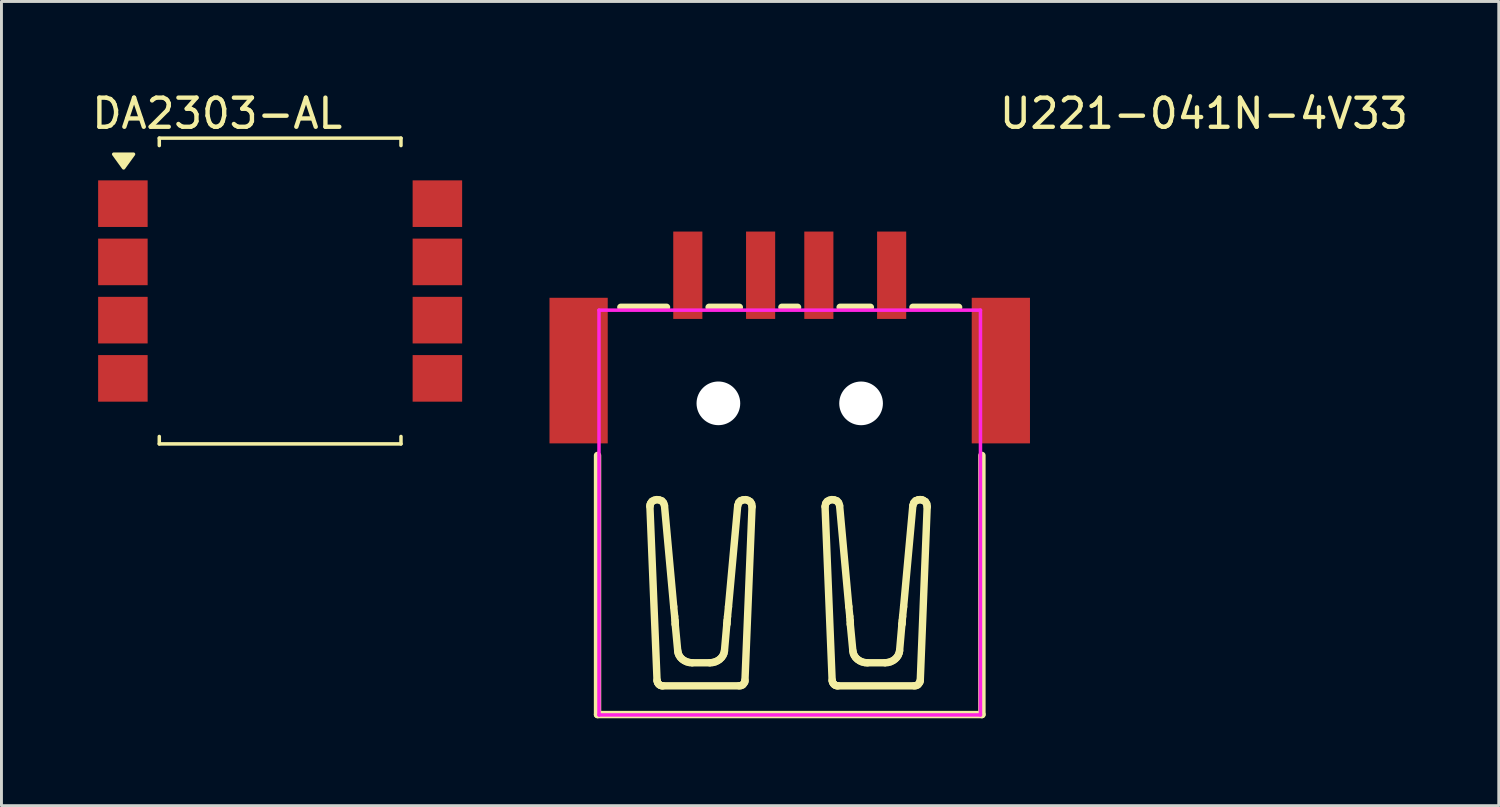
<source format=kicad_pcb>
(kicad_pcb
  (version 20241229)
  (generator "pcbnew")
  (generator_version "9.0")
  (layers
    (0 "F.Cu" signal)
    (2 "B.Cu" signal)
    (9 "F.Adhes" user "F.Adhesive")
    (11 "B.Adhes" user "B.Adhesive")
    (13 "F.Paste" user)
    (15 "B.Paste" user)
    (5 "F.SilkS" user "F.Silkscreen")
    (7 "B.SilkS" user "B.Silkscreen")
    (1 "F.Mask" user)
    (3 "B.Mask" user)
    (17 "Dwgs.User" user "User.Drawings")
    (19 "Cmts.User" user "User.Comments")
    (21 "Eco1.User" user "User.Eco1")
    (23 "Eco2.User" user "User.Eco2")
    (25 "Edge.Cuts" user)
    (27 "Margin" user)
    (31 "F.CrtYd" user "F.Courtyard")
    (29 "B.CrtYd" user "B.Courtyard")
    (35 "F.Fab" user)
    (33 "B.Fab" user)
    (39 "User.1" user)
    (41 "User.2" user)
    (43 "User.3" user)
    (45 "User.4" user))
  (footprint "DA2303-AL"
    (layer "F.Cu")
    (at 6.57 6.944)
    (property "Reference" "DA2303-AL" (at -2.159 -6.096 0) (layer "F.SilkS") (effects (font (size 1 1) (thickness 0.15))))
    (attr smd)
    (fp_line (start -4.15 -5.25) (end -4.15 -4.995) (stroke (width 0.12) (type solid)) (layer "F.SilkS"))
    (fp_line (start -4.15 -5.25) (end 4.15 -5.25) (stroke (width 0.12) (type default)) (layer "F.SilkS"))
    (fp_line (start -4.15 5.25) (end -4.15 4.995) (stroke (width 0.12) (type solid)) (layer "F.SilkS"))
    (fp_line (start -4.15 5.25) (end 4.15 5.25) (stroke (width 0.12) (type default)) (layer "F.SilkS"))
    (fp_line (start 4.15 -5.25) (end 4.15 -4.995) (stroke (width 0.12) (type solid)) (layer "F.SilkS"))
    (fp_line (start 4.15 5.25) (end 4.15 4.995) (stroke (width 0.12) (type solid)) (layer "F.SilkS"))
    (fp_poly (pts (xy -5.375 -4.229) (xy -5.715 -4.699) (xy -5.035 -4.699) (xy -5.375 -4.229)) (stroke (width 0.12) (type solid)) (fill yes) (layer "F.SilkS"))
    (pad "1" smd rect (at -5.4 -3 270) (size 1.6 1.7) (layers "F.Cu" "F.Mask" "F.Paste"))
    (pad "2" smd rect (at -5.4 -1 270) (size 1.6 1.7) (layers "F.Cu" "F.Mask" "F.Paste"))
    (pad "3" smd rect (at -5.4 1 270) (size 1.6 1.7) (layers "F.Cu" "F.Mask" "F.Paste"))
    (pad "4" smd rect (at -5.4 3 270) (size 1.6 1.7) (layers "F.Cu" "F.Mask" "F.Paste"))
    (pad "5" smd rect (at 5.4 3 270) (size 1.6 1.7) (layers "F.Cu" "F.Mask" "F.Paste"))
    (pad "6" smd rect (at 5.4 1 270) (size 1.6 1.7) (layers "F.Cu" "F.Mask" "F.Paste"))
    (pad "7" smd rect (at 5.4 -1 270) (size 1.6 1.7) (layers "F.Cu" "F.Mask" "F.Paste"))
    (pad "8" smd rect (at 5.4 -3 270) (size 1.6 1.7) (layers "F.Cu" "F.Mask" "F.Paste")))
  (footprint "U221-041N-4V33"
    (layer "F.Cu")
    (at 24.07 8.039)
    (property "Reference" "U221-041N-4V33" (at 14.224 -7.191 0) (unlocked yes) (layer "F.SilkS") (effects (font (size 1 1) (thickness 0.15))))
    (attr smd)
    (fp_line (start -6.6 4.55) (end -6.6 13.45) (stroke (width 0.254) (type solid)) (layer "F.SilkS"))
    (fp_line (start -6.6 13.45) (end 6.6 13.45) (stroke (width 0.254) (type solid)) (layer "F.SilkS"))
    (fp_line (start -4.801 6.31) (end -4.557 12.271) (stroke (width 0.254) (type solid)) (layer "F.SilkS"))
    (fp_line (start -4.795 6.247) (end -4.801 6.3) (stroke (width 0.254) (type solid)) (layer "F.SilkS"))
    (fp_line (start -4.78 6.2) (end -4.795 6.247) (stroke (width 0.254) (type solid)) (layer "F.SilkS"))
    (fp_line (start -4.731 6.124) (end -4.78 6.2) (stroke (width 0.254) (type solid)) (layer "F.SilkS"))
    (fp_line (start -4.654 6.089) (end -4.731 6.142) (stroke (width 0.254) (type solid)) (layer "F.SilkS"))
    (fp_line (start -4.564 6.068) (end -4.654 6.089) (stroke (width 0.254) (type solid)) (layer "F.SilkS"))
    (fp_line (start -4.557 12.271) (end -4.549 12.315) (stroke (width 0.254) (type solid)) (layer "F.SilkS"))
    (fp_line (start -4.549 12.315) (end -4.535 12.353) (stroke (width 0.254) (type solid)) (layer "F.SilkS"))
    (fp_line (start -4.535 12.353) (end -4.514 12.387) (stroke (width 0.254) (type solid)) (layer "F.SilkS"))
    (fp_line (start -4.514 12.387) (end -4.49 12.414) (stroke (width 0.254) (type solid)) (layer "F.SilkS"))
    (fp_line (start -4.49 12.414) (end -4.462 12.436) (stroke (width 0.254) (type solid)) (layer "F.SilkS"))
    (fp_line (start -4.473 6.08) (end -4.564 6.068) (stroke (width 0.254) (type solid)) (layer "F.SilkS"))
    (fp_line (start -4.462 12.436) (end -4.429 12.451) (stroke (width 0.254) (type solid)) (layer "F.SilkS"))
    (fp_line (start -4.429 12.451) (end -4.393 12.46) (stroke (width 0.254) (type solid)) (layer "F.SilkS"))
    (fp_line (start -4.393 12.46) (end -4.357 12.462) (stroke (width 0.254) (type solid)) (layer "F.SilkS"))
    (fp_line (start -4.39 6.126) (end -4.473 6.08) (stroke (width 0.254) (type solid)) (layer "F.SilkS"))
    (fp_line (start -4.353 12.462) (end -1.735 12.462) (stroke (width 0.254) (type solid)) (layer "F.SilkS"))
    (fp_line (start -4.332 6.181) (end -4.39 6.107) (stroke (width 0.254) (type solid)) (layer "F.SilkS"))
    (fp_line (start -4.301 6.277) (end -4.332 6.181) (stroke (width 0.254) (type solid)) (layer "F.SilkS"))
    (fp_line (start -4.231 -0.537) (end -5.8 -0.537) (stroke (width 0.254) (type solid)) (layer "F.SilkS"))
    (fp_line (start -3.985 9.744) (end -4.301 6.277) (stroke (width 0.254) (type solid)) (layer "F.SilkS"))
    (fp_line (start -3.985 9.744) (end -3.952 10.08) (stroke (width 0.254) (type solid)) (layer "F.SilkS"))
    (fp_line (start -3.952 10.08) (end -3.939 10.218) (stroke (width 0.254) (type solid)) (layer "F.SilkS"))
    (fp_line (start -3.932 10.31) (end -3.939 10.218) (stroke (width 0.254) (type solid)) (layer "F.SilkS"))
    (fp_line (start -3.932 10.356) (end -3.932 10.31) (stroke (width 0.254) (type solid)) (layer "F.SilkS"))
    (fp_line (start -3.847 11.257) (end -3.932 10.356) (stroke (width 0.254) (type solid)) (layer "F.SilkS"))
    (fp_line (start -3.847 11.257) (end -3.832 11.338) (stroke (width 0.254) (type solid)) (layer "F.SilkS"))
    (fp_line (start -3.832 11.338) (end -3.8 11.417) (stroke (width 0.254) (type solid)) (layer "F.SilkS"))
    (fp_line (start -3.8 11.417) (end -3.754 11.486) (stroke (width 0.254) (type solid)) (layer "F.SilkS"))
    (fp_line (start -3.754 11.486) (end -3.695 11.546) (stroke (width 0.254) (type solid)) (layer "F.SilkS"))
    (fp_line (start -3.695 11.546) (end -3.62 11.598) (stroke (width 0.254) (type solid)) (layer "F.SilkS"))
    (fp_line (start -3.62 11.598) (end -3.537 11.637) (stroke (width 0.254) (type solid)) (layer "F.SilkS"))
    (fp_line (start -3.537 11.637) (end -3.447 11.662) (stroke (width 0.254) (type solid)) (layer "F.SilkS"))
    (fp_line (start -3.447 11.662) (end -3.354 11.672) (stroke (width 0.254) (type solid)) (layer "F.SilkS"))
    (fp_line (start -2.741 11.672) (end -3.347 11.672) (stroke (width 0.254) (type solid)) (layer "F.SilkS"))
    (fp_line (start -2.741 11.672) (end -2.648 11.662) (stroke (width 0.254) (type solid)) (layer "F.SilkS"))
    (fp_line (start -2.648 11.662) (end -2.558 11.638) (stroke (width 0.254) (type solid)) (layer "F.SilkS"))
    (fp_line (start -2.558 11.638) (end -2.475 11.6) (stroke (width 0.254) (type solid)) (layer "F.SilkS"))
    (fp_line (start -2.475 11.6) (end -2.406 11.553) (stroke (width 0.254) (type solid)) (layer "F.SilkS"))
    (fp_line (start -2.406 11.553) (end -2.341 11.49) (stroke (width 0.254) (type solid)) (layer "F.SilkS"))
    (fp_line (start -2.341 11.49) (end -2.294 11.422) (stroke (width 0.254) (type solid)) (layer "F.SilkS"))
    (fp_line (start -2.294 11.422) (end -2.262 11.351) (stroke (width 0.254) (type solid)) (layer "F.SilkS"))
    (fp_line (start -2.262 11.351) (end -2.242 11.265) (stroke (width 0.254) (type solid)) (layer "F.SilkS"))
    (fp_line (start -2.162 10.356) (end -2.241 11.257) (stroke (width 0.254) (type solid)) (layer "F.SilkS"))
    (fp_line (start -2.162 10.356) (end -2.156 10.31) (stroke (width 0.254) (type solid)) (layer "F.SilkS"))
    (fp_line (start -2.156 10.31) (end -2.149 10.218) (stroke (width 0.254) (type solid)) (layer "F.SilkS"))
    (fp_line (start -2.136 10.08) (end -2.149 10.218) (stroke (width 0.254) (type solid)) (layer "F.SilkS"))
    (fp_line (start -2.103 9.744) (end -2.136 10.08) (stroke (width 0.254) (type solid)) (layer "F.SilkS"))
    (fp_line (start -2.103 9.744) (end -1.787 6.277) (stroke (width 0.254) (type solid)) (layer "F.SilkS"))
    (fp_line (start -1.749 6.168) (end -1.785 6.267) (stroke (width 0.254) (type solid)) (layer "F.SilkS"))
    (fp_line (start -1.735 12.462) (end -1.675 12.455) (stroke (width 0.254) (type solid)) (layer "F.SilkS"))
    (fp_line (start -1.731 -0.537) (end -2.769 -0.537) (stroke (width 0.254) (type solid)) (layer "F.SilkS"))
    (fp_line (start -1.689 6.099) (end -1.749 6.168) (stroke (width 0.254) (type solid)) (layer "F.SilkS"))
    (fp_line (start -1.675 12.455) (end -1.616 12.429) (stroke (width 0.254) (type solid)) (layer "F.SilkS"))
    (fp_line (start -1.616 12.429) (end -1.577 12.382) (stroke (width 0.254) (type solid)) (layer "F.SilkS"))
    (fp_line (start -1.606 6.077) (end -1.689 6.118) (stroke (width 0.254) (type solid)) (layer "F.SilkS"))
    (fp_line (start -1.577 12.382) (end -1.544 12.33) (stroke (width 0.254) (type solid)) (layer "F.SilkS"))
    (fp_line (start -1.544 12.33) (end -1.537 12.271) (stroke (width 0.254) (type solid)) (layer "F.SilkS"))
    (fp_line (start -1.537 12.271) (end -1.294 6.31) (stroke (width 0.254) (type solid)) (layer "F.SilkS"))
    (fp_line (start -1.515 6.069) (end -1.606 6.077) (stroke (width 0.254) (type solid)) (layer "F.SilkS"))
    (fp_line (start -1.428 6.094) (end -1.515 6.069) (stroke (width 0.254) (type solid)) (layer "F.SilkS"))
    (fp_line (start -1.355 6.151) (end -1.428 6.094) (stroke (width 0.254) (type solid)) (layer "F.SilkS"))
    (fp_line (start -1.309 6.213) (end -1.355 6.133) (stroke (width 0.254) (type solid)) (layer "F.SilkS"))
    (fp_line (start -1.294 6.31) (end -1.309 6.213) (stroke (width 0.254) (type solid)) (layer "F.SilkS"))
    (fp_line (start 0.269 -0.537) (end -0.269 -0.537) (stroke (width 0.254) (type solid)) (layer "F.SilkS"))
    (fp_line (start 1.234 6.204) (end 1.213 6.3) (stroke (width 0.254) (type solid)) (layer "F.SilkS"))
    (fp_line (start 1.283 6.126) (end 1.234 6.204) (stroke (width 0.254) (type solid)) (layer "F.SilkS"))
    (fp_line (start 1.359 6.09) (end 1.283 6.144) (stroke (width 0.254) (type solid)) (layer "F.SilkS"))
    (fp_line (start 1.447 6.068) (end 1.359 6.09) (stroke (width 0.254) (type solid)) (layer "F.SilkS"))
    (fp_line (start 1.456 12.271) (end 1.213 6.31) (stroke (width 0.254) (type solid)) (layer "F.SilkS"))
    (fp_line (start 1.456 12.271) (end 1.464 12.312) (stroke (width 0.254) (type solid)) (layer "F.SilkS"))
    (fp_line (start 1.464 12.312) (end 1.478 12.35) (stroke (width 0.254) (type solid)) (layer "F.SilkS"))
    (fp_line (start 1.478 12.35) (end 1.498 12.384) (stroke (width 0.254) (type solid)) (layer "F.SilkS"))
    (fp_line (start 1.498 12.384) (end 1.524 12.414) (stroke (width 0.254) (type solid)) (layer "F.SilkS"))
    (fp_line (start 1.524 12.414) (end 1.552 12.436) (stroke (width 0.254) (type solid)) (layer "F.SilkS"))
    (fp_line (start 1.538 6.079) (end 1.447 6.068) (stroke (width 0.254) (type solid)) (layer "F.SilkS"))
    (fp_line (start 1.552 12.436) (end 1.585 12.451) (stroke (width 0.254) (type solid)) (layer "F.SilkS"))
    (fp_line (start 1.585 12.451) (end 1.621 12.46) (stroke (width 0.254) (type solid)) (layer "F.SilkS"))
    (fp_line (start 1.62 6.123) (end 1.538 6.079) (stroke (width 0.254) (type solid)) (layer "F.SilkS"))
    (fp_line (start 1.621 12.46) (end 1.657 12.462) (stroke (width 0.254) (type solid)) (layer "F.SilkS"))
    (fp_line (start 1.679 6.176) (end 1.62 6.105) (stroke (width 0.254) (type solid)) (layer "F.SilkS"))
    (fp_line (start 1.713 6.277) (end 1.679 6.176) (stroke (width 0.254) (type solid)) (layer "F.SilkS"))
    (fp_line (start 2.029 9.744) (end 1.713 6.277) (stroke (width 0.254) (type solid)) (layer "F.SilkS"))
    (fp_line (start 2.029 9.744) (end 2.062 10.08) (stroke (width 0.254) (type solid)) (layer "F.SilkS"))
    (fp_line (start 2.062 10.08) (end 2.075 10.218) (stroke (width 0.254) (type solid)) (layer "F.SilkS"))
    (fp_line (start 2.081 10.31) (end 2.075 10.218) (stroke (width 0.254) (type solid)) (layer "F.SilkS"))
    (fp_line (start 2.081 10.356) (end 2.081 10.31) (stroke (width 0.254) (type solid)) (layer "F.SilkS"))
    (fp_line (start 2.081 10.356) (end 2.167 11.257) (stroke (width 0.254) (type solid)) (layer "F.SilkS"))
    (fp_line (start 2.184 11.345) (end 2.168 11.265) (stroke (width 0.254) (type solid)) (layer "F.SilkS"))
    (fp_line (start 2.217 11.423) (end 2.184 11.345) (stroke (width 0.254) (type solid)) (layer "F.SilkS"))
    (fp_line (start 2.264 11.492) (end 2.217 11.423) (stroke (width 0.254) (type solid)) (layer "F.SilkS"))
    (fp_line (start 2.324 11.55) (end 2.264 11.492) (stroke (width 0.254) (type solid)) (layer "F.SilkS"))
    (fp_line (start 2.399 11.602) (end 2.324 11.55) (stroke (width 0.254) (type solid)) (layer "F.SilkS"))
    (fp_line (start 2.483 11.64) (end 2.399 11.602) (stroke (width 0.254) (type solid)) (layer "F.SilkS"))
    (fp_line (start 2.581 11.665) (end 2.483 11.64) (stroke (width 0.254) (type solid)) (layer "F.SilkS"))
    (fp_line (start 2.667 11.672) (end 2.581 11.665) (stroke (width 0.254) (type solid)) (layer "F.SilkS"))
    (fp_line (start 2.667 11.672) (end 3.272 11.672) (stroke (width 0.254) (type solid)) (layer "F.SilkS"))
    (fp_line (start 2.769 -0.537) (end 1.731 -0.537) (stroke (width 0.254) (type solid)) (layer "F.SilkS"))
    (fp_line (start 3.373 11.661) (end 3.279 11.671) (stroke (width 0.254) (type solid)) (layer "F.SilkS"))
    (fp_line (start 3.462 11.636) (end 3.373 11.661) (stroke (width 0.254) (type solid)) (layer "F.SilkS"))
    (fp_line (start 3.545 11.597) (end 3.462 11.636) (stroke (width 0.254) (type solid)) (layer "F.SilkS"))
    (fp_line (start 3.619 11.544) (end 3.545 11.597) (stroke (width 0.254) (type solid)) (layer "F.SilkS"))
    (fp_line (start 3.677 11.485) (end 3.619 11.544) (stroke (width 0.254) (type solid)) (layer "F.SilkS"))
    (fp_line (start 3.723 11.416) (end 3.677 11.485) (stroke (width 0.254) (type solid)) (layer "F.SilkS"))
    (fp_line (start 3.756 11.337) (end 3.723 11.416) (stroke (width 0.254) (type solid)) (layer "F.SilkS"))
    (fp_line (start 3.773 11.257) (end 3.756 11.337) (stroke (width 0.254) (type solid)) (layer "F.SilkS"))
    (fp_line (start 3.851 10.356) (end 3.773 11.257) (stroke (width 0.254) (type solid)) (layer "F.SilkS"))
    (fp_line (start 3.851 10.356) (end 3.858 10.31) (stroke (width 0.254) (type solid)) (layer "F.SilkS"))
    (fp_line (start 3.858 10.31) (end 3.865 10.218) (stroke (width 0.254) (type solid)) (layer "F.SilkS"))
    (fp_line (start 3.877 10.08) (end 3.865 10.218) (stroke (width 0.254) (type solid)) (layer "F.SilkS"))
    (fp_line (start 3.911 9.744) (end 3.877 10.08) (stroke (width 0.254) (type solid)) (layer "F.SilkS"))
    (fp_line (start 3.911 9.744) (end 4.227 6.277) (stroke (width 0.254) (type solid)) (layer "F.SilkS"))
    (fp_line (start 4.261 6.175) (end 4.228 6.267) (stroke (width 0.254) (type solid)) (layer "F.SilkS"))
    (fp_line (start 4.279 12.462) (end 1.66 12.462) (stroke (width 0.254) (type solid)) (layer "F.SilkS"))
    (fp_line (start 4.279 12.462) (end 4.338 12.455) (stroke (width 0.254) (type solid)) (layer "F.SilkS"))
    (fp_line (start 4.32 6.103) (end 4.261 6.175) (stroke (width 0.254) (type solid)) (layer "F.SilkS"))
    (fp_line (start 4.338 12.455) (end 4.397 12.429) (stroke (width 0.254) (type solid)) (layer "F.SilkS"))
    (fp_line (start 4.396 6.08) (end 4.32 6.122) (stroke (width 0.254) (type solid)) (layer "F.SilkS"))
    (fp_line (start 4.397 12.429) (end 4.437 12.382) (stroke (width 0.254) (type solid)) (layer "F.SilkS"))
    (fp_line (start 4.437 12.382) (end 4.47 12.33) (stroke (width 0.254) (type solid)) (layer "F.SilkS"))
    (fp_line (start 4.444 6.069) (end 4.396 6.08) (stroke (width 0.254) (type solid)) (layer "F.SilkS"))
    (fp_line (start 4.47 12.33) (end 4.483 12.271) (stroke (width 0.254) (type solid)) (layer "F.SilkS"))
    (fp_line (start 4.494 6.068) (end 4.444 6.069) (stroke (width 0.254) (type solid)) (layer "F.SilkS"))
    (fp_line (start 4.542 6.076) (end 4.494 6.068) (stroke (width 0.254) (type solid)) (layer "F.SilkS"))
    (fp_line (start 4.588 6.094) (end 4.542 6.076) (stroke (width 0.254) (type solid)) (layer "F.SilkS"))
    (fp_line (start 4.661 6.151) (end 4.588 6.094) (stroke (width 0.254) (type solid)) (layer "F.SilkS"))
    (fp_line (start 4.705 6.213) (end 4.661 6.133) (stroke (width 0.254) (type solid)) (layer "F.SilkS"))
    (fp_line (start 4.72 6.31) (end 4.483 12.271) (stroke (width 0.254) (type solid)) (layer "F.SilkS"))
    (fp_line (start 4.72 6.31) (end 4.705 6.213) (stroke (width 0.254) (type solid)) (layer "F.SilkS"))
    (fp_line (start 5.8 -0.537) (end 4.231 -0.537) (stroke (width 0.254) (type solid)) (layer "F.SilkS"))
    (fp_line (start 6.6 4.55) (end 6.6 13.45) (stroke (width 0.254) (type solid)) (layer "F.SilkS"))
    (fp_line (start -6.55 -0.438) (end 6.55 -0.438) (stroke (width 0.12) (type solid)) (layer "F.CrtYd"))
    (fp_line (start -6.55 13.462) (end -6.55 -0.438) (stroke (width 0.12) (type solid)) (layer "F.CrtYd"))
    (fp_line (start 6.55 -0.438) (end 6.55 13.462) (stroke (width 0.12) (type solid)) (layer "F.CrtYd"))
    (fp_line (start 6.55 13.462) (end -6.55 13.462) (stroke (width 0.12) (type solid)) (layer "F.CrtYd"))
    (pad "" np_thru_hole circle (at -2.45 2.762) (size 1.5 1.5) (drill 1.5) (layers "*.Cu" "*.Mask"))
    (pad "" np_thru_hole circle (at 2.45 2.763) (size 1.5 1.5) (drill 1.5) (layers "*.Cu" "*.Mask"))
    (pad "1" smd rect (at -3.5 -1.637 90) (size 3 1) (layers "F.Cu" "F.Mask" "F.Paste"))
    (pad "2" smd rect (at -1 -1.637 90) (size 3 1) (layers "F.Cu" "F.Mask" "F.Paste"))
    (pad "3" smd rect (at 1 -1.637 90) (size 3 1) (layers "F.Cu" "F.Mask" "F.Paste"))
    (pad "4" smd rect (at 3.5 -1.637 90) (size 3 1) (layers "F.Cu" "F.Mask" "F.Paste"))
    (pad "5" smd rect (at -7.25 1.637 180) (size 2 5) (layers "F.Cu" "F.Mask" "F.Paste"))
    (pad "5" smd rect (at 7.25 1.637 180) (size 2 5) (layers "F.Cu" "F.Mask" "F.Paste")))
  (gr_rect
    (start -3 -3)
    (end 48.419 24.616)
    (stroke (width 0.1) (type default))
    (fill no)
    (layer "Edge.Cuts")))
</source>
